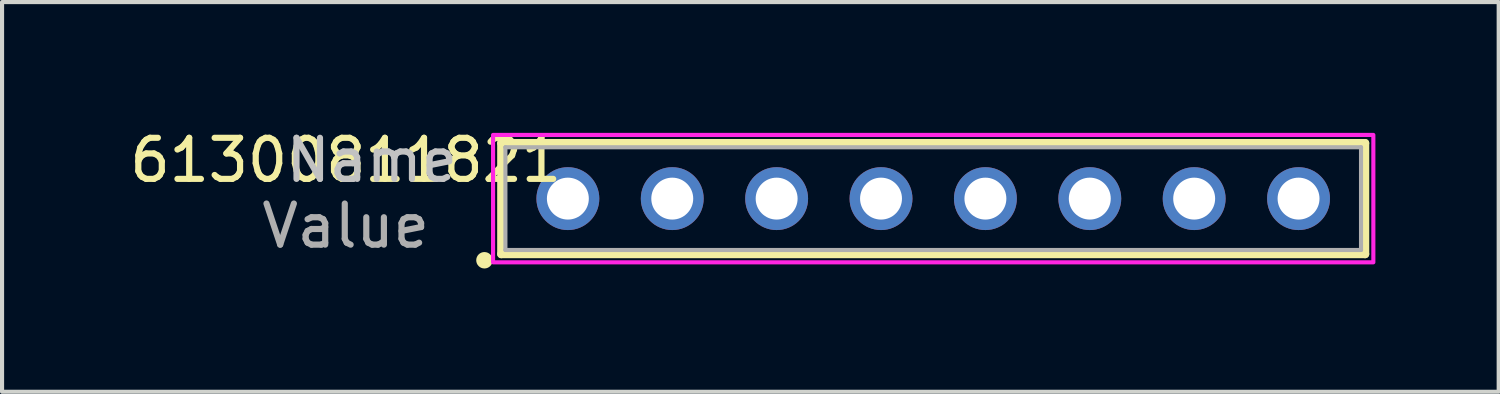
<source format=kicad_pcb>
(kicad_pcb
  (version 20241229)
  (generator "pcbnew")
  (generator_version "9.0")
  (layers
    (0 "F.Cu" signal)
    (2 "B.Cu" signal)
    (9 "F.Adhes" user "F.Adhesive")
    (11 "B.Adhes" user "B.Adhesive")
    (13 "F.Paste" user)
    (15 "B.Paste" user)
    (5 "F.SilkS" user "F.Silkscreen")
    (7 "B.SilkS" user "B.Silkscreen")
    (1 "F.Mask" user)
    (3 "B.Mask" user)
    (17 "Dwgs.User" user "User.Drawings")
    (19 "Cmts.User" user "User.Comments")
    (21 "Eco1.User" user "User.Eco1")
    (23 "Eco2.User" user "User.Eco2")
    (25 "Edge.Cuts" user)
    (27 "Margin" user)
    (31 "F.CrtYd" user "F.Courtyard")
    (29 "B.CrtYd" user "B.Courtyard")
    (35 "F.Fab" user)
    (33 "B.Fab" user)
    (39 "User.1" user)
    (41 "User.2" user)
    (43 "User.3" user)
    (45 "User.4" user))
  (footprint "61300811821"
    (layer "F.Cu")
    (at 19.658 1.783)
    (property "Reference" "61300811821" (at -14.295 -0.935 0) (layer "F.SilkS") (effects (font (size 1 1) (thickness 0.15))))
    (attr through_hole)
    (fp_line (start -10.51 -1.35) (end 10.51 -1.35) (stroke (width 0.2) (type solid)) (layer "F.SilkS"))
    (fp_line (start -10.51 1.35) (end -10.51 -1.35) (stroke (width 0.2) (type solid)) (layer "F.SilkS"))
    (fp_line (start 10.51 -1.35) (end 10.51 1.35) (stroke (width 0.2) (type solid)) (layer "F.SilkS"))
    (fp_line (start 10.51 1.35) (end -10.51 1.35) (stroke (width 0.2) (type solid)) (layer "F.SilkS"))
    (fp_circle (center -10.92 1.5) (end -10.82 1.5) (stroke (width 0.2) (type solid)) (fill no) (layer "F.SilkS"))
    (fp_poly (pts (xy -10.71 -1.55) (xy 10.71 -1.55) (xy 10.71 1.55) (xy -10.71 1.55)) (stroke (width 0.1) (type solid)) (fill no) (layer "F.CrtYd"))
    (fp_line (start -10.41 -1.25) (end -10.41 1.25) (stroke (width 0.1) (type solid)) (layer "F.Fab"))
    (fp_line (start -10.41 1.25) (end 10.41 1.25) (stroke (width 0.1) (type solid)) (layer "F.Fab"))
    (fp_line (start 10.41 -1.25) (end -10.41 -1.25) (stroke (width 0.1) (type solid)) (layer "F.Fab"))
    (fp_line (start 10.41 1.25) (end 10.41 -1.25) (stroke (width 0.1) (type solid)) (layer "F.Fab"))
    (fp_text user "Name" (at -13.66 -0.935 0) (layer "Dwgs.User") (effects (font (size 1 1) (thickness 0.15))))
    (fp_text user "Value" (at -14.295 0.665 0) (layer "F.Fab") (effects (font (size 1 1) (thickness 0.15))))
    (pad "1" thru_hole circle (at -8.89 0) (size 1.53 1.53) (drill 1.02) (layers "*.Cu" "*.Mask"))
    (pad "2" thru_hole circle (at -6.35 0) (size 1.53 1.53) (drill 1.02) (layers "*.Cu" "*.Mask"))
    (pad "3" thru_hole circle (at -3.81 0) (size 1.53 1.53) (drill 1.02) (layers "*.Cu" "*.Mask"))
    (pad "4" thru_hole circle (at -1.27 0) (size 1.53 1.53) (drill 1.02) (layers "*.Cu" "*.Mask"))
    (pad "5" thru_hole circle (at 1.27 0) (size 1.53 1.53) (drill 1.02) (layers "*.Cu" "*.Mask"))
    (pad "6" thru_hole circle (at 3.81 0) (size 1.53 1.53) (drill 1.02) (layers "*.Cu" "*.Mask"))
    (pad "7" thru_hole circle (at 6.35 0) (size 1.53 1.53) (drill 1.02) (layers "*.Cu" "*.Mask"))
    (pad "8" thru_hole circle (at 8.89 0) (size 1.53 1.53) (drill 1.02) (layers "*.Cu" "*.Mask")))
  (gr_rect
    (start -3 -3)
    (end 33.418 6.483)
    (stroke (width 0.1) (type default))
    (fill no)
    (layer "Edge.Cuts")))
</source>
